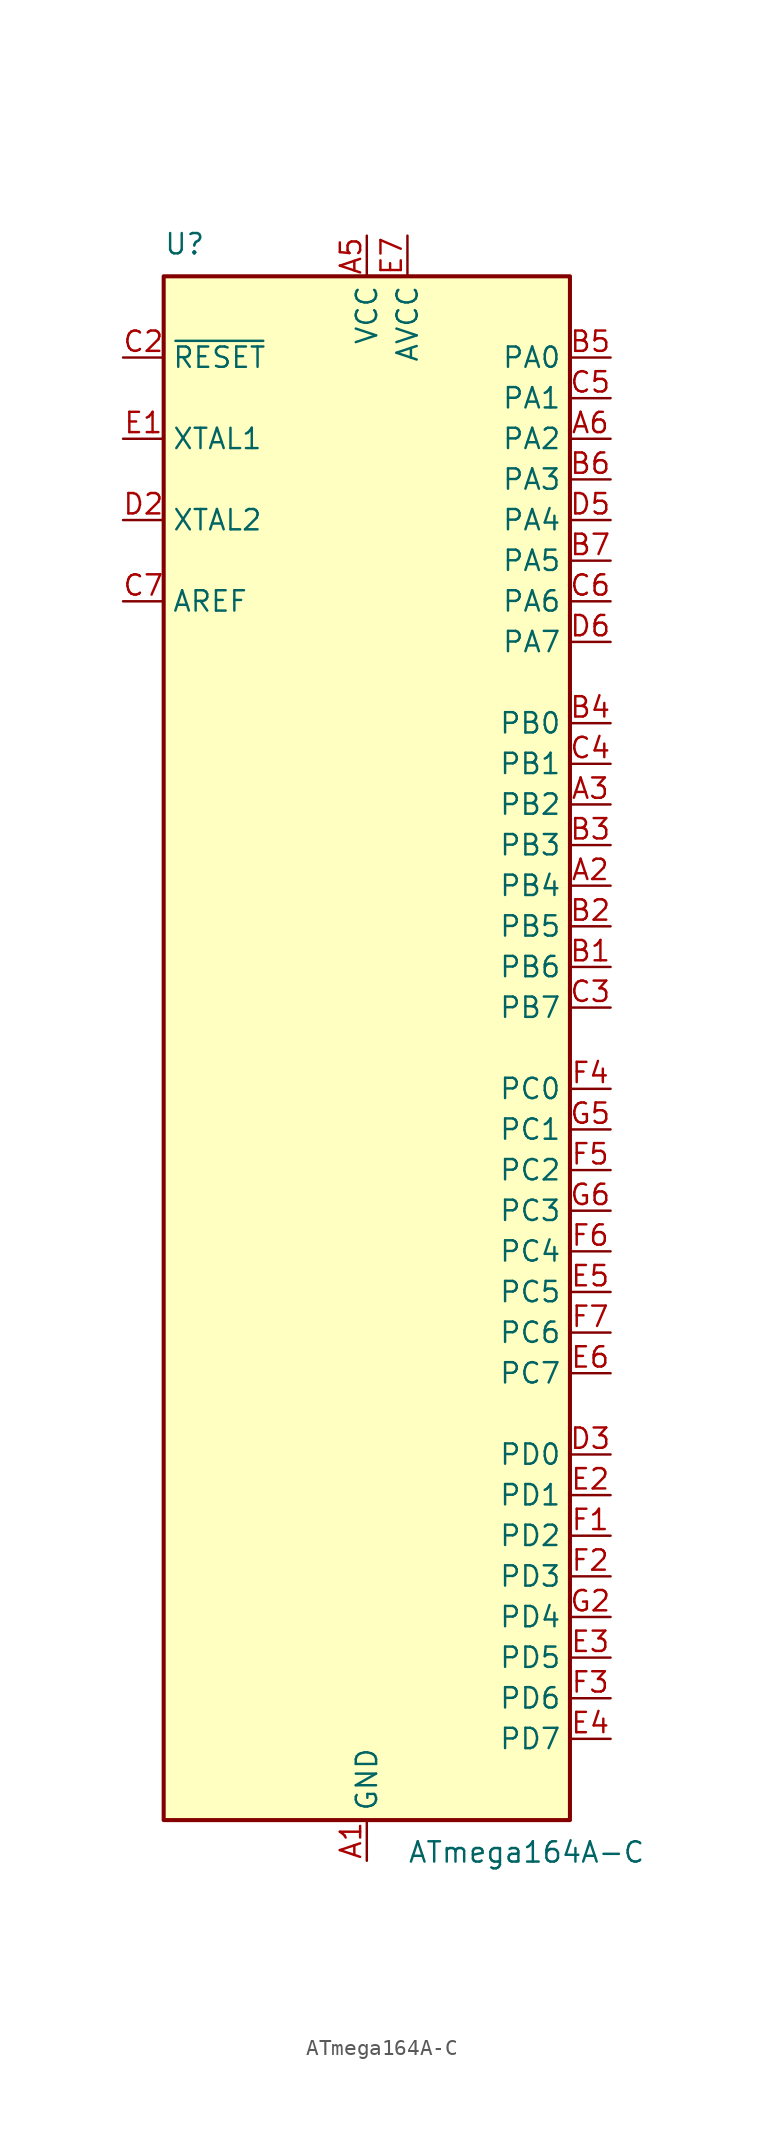
<source format=kicad_sym>
(kicad_symbol_lib
  (version 20201005)
  (generator kicad_symbol_editor)
  (symbol "MCU_Microchip_ATmega:ATmega164A-C"
    (property "Reference" "U"
      (at -12.7 49.53 0)
      (effects (font (size 1.27 1.27)) (justify left bottom)))
    (property "Value" "ATmega164A-C"
      (at 2.54 -49.53 0)
      (effects (font (size 1.27 1.27)) (justify left top)))
    (symbol "ATmega164A-C_0_1"
      (rectangle (start -12.7 -48.26) (end 12.7 48.26) (stroke (width 0.254)) (fill (type background))))
    (symbol "ATmega164A-C_1_1"
      (pin power_in line (at 0 -50.8 90) (length 2.54) (name "GND" (effects (font (size 1.27 1.27)))) (number "A1" (effects (font (size 1.27 1.27)))))
      (pin bidirectional line (at 15.24 10.16 180) (length 2.54) (name "PB4" (effects (font (size 1.27 1.27)))) (number "A2" (effects (font (size 1.27 1.27)))))
      (pin bidirectional line (at 15.24 15.24 180) (length 2.54) (name "PB2" (effects (font (size 1.27 1.27)))) (number "A3" (effects (font (size 1.27 1.27)))))
      (pin passive line (at 0 -50.8 90) (length 2.54) hide (name "GND" (effects (font (size 1.27 1.27)))) (number "A4" (effects (font (size 1.27 1.27)))))
      (pin power_in line (at 0 50.8 270) (length 2.54) (name "VCC" (effects (font (size 1.27 1.27)))) (number "A5" (effects (font (size 1.27 1.27)))))
      (pin bidirectional line (at 15.24 38.1 180) (length 2.54) (name "PA2" (effects (font (size 1.27 1.27)))) (number "A6" (effects (font (size 1.27 1.27)))))
      (pin passive line (at 0 -50.8 90) (length 2.54) hide (name "GND" (effects (font (size 1.27 1.27)))) (number "A7" (effects (font (size 1.27 1.27)))))
      (pin bidirectional line (at 15.24 5.08 180) (length 2.54) (name "PB6" (effects (font (size 1.27 1.27)))) (number "B1" (effects (font (size 1.27 1.27)))))
      (pin bidirectional line (at 15.24 7.62 180) (length 2.54) (name "PB5" (effects (font (size 1.27 1.27)))) (number "B2" (effects (font (size 1.27 1.27)))))
      (pin bidirectional line (at 15.24 12.7 180) (length 2.54) (name "PB3" (effects (font (size 1.27 1.27)))) (number "B3" (effects (font (size 1.27 1.27)))))
      (pin bidirectional line (at 15.24 20.32 180) (length 2.54) (name "PB0" (effects (font (size 1.27 1.27)))) (number "B4" (effects (font (size 1.27 1.27)))))
      (pin bidirectional line (at 15.24 43.18 180) (length 2.54) (name "PA0" (effects (font (size 1.27 1.27)))) (number "B5" (effects (font (size 1.27 1.27)))))
      (pin bidirectional line (at 15.24 35.56 180) (length 2.54) (name "PA3" (effects (font (size 1.27 1.27)))) (number "B6" (effects (font (size 1.27 1.27)))))
      (pin bidirectional line (at 15.24 30.48 180) (length 2.54) (name "PA5" (effects (font (size 1.27 1.27)))) (number "B7" (effects (font (size 1.27 1.27)))))
      (pin passive line (at 0 50.8 270) (length 2.54) hide (name "VCC" (effects (font (size 1.27 1.27)))) (number "C1" (effects (font (size 1.27 1.27)))))
      (pin input line (at -15.24 43.18 0) (length 2.54) (name "~RESET" (effects (font (size 1.27 1.27)))) (number "C2" (effects (font (size 1.27 1.27)))))
      (pin bidirectional line (at 15.24 2.54 180) (length 2.54) (name "PB7" (effects (font (size 1.27 1.27)))) (number "C3" (effects (font (size 1.27 1.27)))))
      (pin bidirectional line (at 15.24 17.78 180) (length 2.54) (name "PB1" (effects (font (size 1.27 1.27)))) (number "C4" (effects (font (size 1.27 1.27)))))
      (pin bidirectional line (at 15.24 40.64 180) (length 2.54) (name "PA1" (effects (font (size 1.27 1.27)))) (number "C5" (effects (font (size 1.27 1.27)))))
      (pin bidirectional line (at 15.24 27.94 180) (length 2.54) (name "PA6" (effects (font (size 1.27 1.27)))) (number "C6" (effects (font (size 1.27 1.27)))))
      (pin passive line (at -15.24 27.94 0) (length 2.54) (name "AREF" (effects (font (size 1.27 1.27)))) (number "C7" (effects (font (size 1.27 1.27)))))
      (pin passive line (at 0 -50.8 90) (length 2.54) hide (name "GND" (effects (font (size 1.27 1.27)))) (number "D1" (effects (font (size 1.27 1.27)))))
      (pin output line (at -15.24 33.02 0) (length 2.54) (name "XTAL2" (effects (font (size 1.27 1.27)))) (number "D2" (effects (font (size 1.27 1.27)))))
      (pin bidirectional line (at 15.24 -25.4 180) (length 2.54) (name "PD0" (effects (font (size 1.27 1.27)))) (number "D3" (effects (font (size 1.27 1.27)))))
      (pin passive line (at 0 -50.8 90) (length 2.54) hide (name "GND" (effects (font (size 1.27 1.27)))) (number "D4" (effects (font (size 1.27 1.27)))))
      (pin bidirectional line (at 15.24 33.02 180) (length 2.54) (name "PA4" (effects (font (size 1.27 1.27)))) (number "D5" (effects (font (size 1.27 1.27)))))
      (pin bidirectional line (at 15.24 25.4 180) (length 2.54) (name "PA7" (effects (font (size 1.27 1.27)))) (number "D6" (effects (font (size 1.27 1.27)))))
      (pin passive line (at 0 -50.8 90) (length 2.54) hide (name "GND" (effects (font (size 1.27 1.27)))) (number "D7" (effects (font (size 1.27 1.27)))))
      (pin input line (at -15.24 38.1 0) (length 2.54) (name "XTAL1" (effects (font (size 1.27 1.27)))) (number "E1" (effects (font (size 1.27 1.27)))))
      (pin bidirectional line (at 15.24 -27.94 180) (length 2.54) (name "PD1" (effects (font (size 1.27 1.27)))) (number "E2" (effects (font (size 1.27 1.27)))))
      (pin bidirectional line (at 15.24 -38.1 180) (length 2.54) (name "PD5" (effects (font (size 1.27 1.27)))) (number "E3" (effects (font (size 1.27 1.27)))))
      (pin bidirectional line (at 15.24 -43.18 180) (length 2.54) (name "PD7" (effects (font (size 1.27 1.27)))) (number "E4" (effects (font (size 1.27 1.27)))))
      (pin bidirectional line (at 15.24 -15.24 180) (length 2.54) (name "PC5" (effects (font (size 1.27 1.27)))) (number "E5" (effects (font (size 1.27 1.27)))))
      (pin bidirectional line (at 15.24 -20.32 180) (length 2.54) (name "PC7" (effects (font (size 1.27 1.27)))) (number "E6" (effects (font (size 1.27 1.27)))))
      (pin power_in line (at 2.54 50.8 270) (length 2.54) (name "AVCC" (effects (font (size 1.27 1.27)))) (number "E7" (effects (font (size 1.27 1.27)))))
      (pin bidirectional line (at 15.24 -30.48 180) (length 2.54) (name "PD2" (effects (font (size 1.27 1.27)))) (number "F1" (effects (font (size 1.27 1.27)))))
      (pin bidirectional line (at 15.24 -33.02 180) (length 2.54) (name "PD3" (effects (font (size 1.27 1.27)))) (number "F2" (effects (font (size 1.27 1.27)))))
      (pin bidirectional line (at 15.24 -40.64 180) (length 2.54) (name "PD6" (effects (font (size 1.27 1.27)))) (number "F3" (effects (font (size 1.27 1.27)))))
      (pin bidirectional line (at 15.24 -2.54 180) (length 2.54) (name "PC0" (effects (font (size 1.27 1.27)))) (number "F4" (effects (font (size 1.27 1.27)))))
      (pin bidirectional line (at 15.24 -7.62 180) (length 2.54) (name "PC2" (effects (font (size 1.27 1.27)))) (number "F5" (effects (font (size 1.27 1.27)))))
      (pin bidirectional line (at 15.24 -12.7 180) (length 2.54) (name "PC4" (effects (font (size 1.27 1.27)))) (number "F6" (effects (font (size 1.27 1.27)))))
      (pin bidirectional line (at 15.24 -17.78 180) (length 2.54) (name "PC6" (effects (font (size 1.27 1.27)))) (number "F7" (effects (font (size 1.27 1.27)))))
      (pin passive line (at 0 -50.8 90) (length 2.54) hide (name "GND" (effects (font (size 1.27 1.27)))) (number "G1" (effects (font (size 1.27 1.27)))))
      (pin bidirectional line (at 15.24 -35.56 180) (length 2.54) (name "PD4" (effects (font (size 1.27 1.27)))) (number "G2" (effects (font (size 1.27 1.27)))))
      (pin passive line (at 0 50.8 270) (length 2.54) hide (name "VCC" (effects (font (size 1.27 1.27)))) (number "G3" (effects (font (size 1.27 1.27)))))
      (pin passive line (at 0 -50.8 90) (length 2.54) hide (name "GND" (effects (font (size 1.27 1.27)))) (number "G4" (effects (font (size 1.27 1.27)))))
      (pin bidirectional line (at 15.24 -5.08 180) (length 2.54) (name "PC1" (effects (font (size 1.27 1.27)))) (number "G5" (effects (font (size 1.27 1.27)))))
      (pin bidirectional line (at 15.24 -10.16 180) (length 2.54) (name "PC3" (effects (font (size 1.27 1.27)))) (number "G6" (effects (font (size 1.27 1.27)))))
      (pin passive line (at 0 -50.8 90) (length 2.54) hide (name "GND" (effects (font (size 1.27 1.27)))) (number "G7" (effects (font (size 1.27 1.27))))))))
</source>
